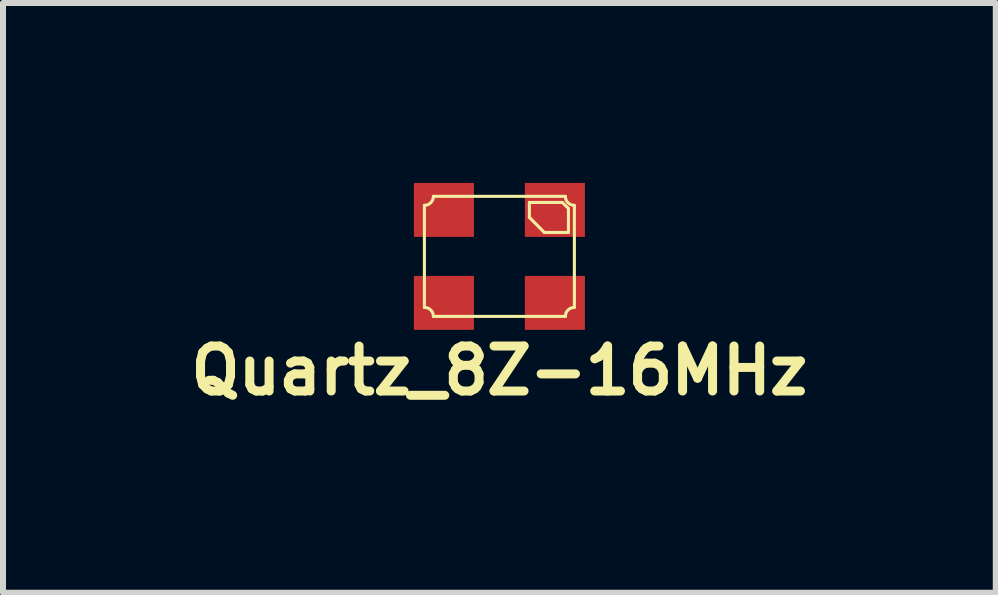
<source format=kicad_pcb>
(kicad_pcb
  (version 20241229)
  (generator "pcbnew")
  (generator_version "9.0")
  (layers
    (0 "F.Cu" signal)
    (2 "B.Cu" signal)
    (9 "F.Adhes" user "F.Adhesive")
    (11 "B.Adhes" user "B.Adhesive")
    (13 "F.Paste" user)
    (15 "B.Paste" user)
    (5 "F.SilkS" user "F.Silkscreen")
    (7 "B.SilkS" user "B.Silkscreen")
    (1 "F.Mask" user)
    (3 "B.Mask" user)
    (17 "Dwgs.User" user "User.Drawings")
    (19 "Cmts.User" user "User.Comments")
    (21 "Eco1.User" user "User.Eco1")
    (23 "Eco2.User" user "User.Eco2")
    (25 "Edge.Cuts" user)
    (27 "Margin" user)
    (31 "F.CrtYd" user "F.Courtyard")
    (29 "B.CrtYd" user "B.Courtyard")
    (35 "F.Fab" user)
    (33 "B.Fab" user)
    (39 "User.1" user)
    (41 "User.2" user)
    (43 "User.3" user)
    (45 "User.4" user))
  (footprint "Quartz_8Z-16MHz"
    (layer "F.Cu")
    (at 5.275 1.224)
    (property "Reference" "Quartz_8Z-16MHz" (at 0 1.905 0) (layer "F.SilkS") (effects (font (size 0.75 0.75) (thickness 0.15))))
    (attr through_hole)
    (fp_line (start -1.25 0.851) (end -1.25 -0.851) (stroke (width 0.051) (type solid)) (layer "F.SilkS"))
    (fp_line (start -1.1 -1.001) (end 1.1 -1.001) (stroke (width 0.051) (type solid)) (layer "F.SilkS"))
    (fp_line (start 0.5 -0.899) (end 0.5 -0.65) (stroke (width 0.051) (type solid)) (layer "F.SilkS"))
    (fp_line (start 0.5 -0.65) (end 0.749 -0.399) (stroke (width 0.051) (type solid)) (layer "F.SilkS"))
    (fp_line (start 0.749 -0.399) (end 1.151 -0.399) (stroke (width 0.051) (type solid)) (layer "F.SilkS"))
    (fp_line (start 1.049 -0.899) (end 0.5 -0.899) (stroke (width 0.051) (type solid)) (layer "F.SilkS"))
    (fp_line (start 1.1 1.001) (end -1.1 1.001) (stroke (width 0.051) (type solid)) (layer "F.SilkS"))
    (fp_line (start 1.151 -0.8) (end 1.049 -0.899) (stroke (width 0.051) (type solid)) (layer "F.SilkS"))
    (fp_line (start 1.151 -0.399) (end 1.151 -0.8) (stroke (width 0.051) (type solid)) (layer "F.SilkS"))
    (fp_line (start 1.25 -0.851) (end 1.25 0.851) (stroke (width 0.051) (type solid)) (layer "F.SilkS"))
    (fp_arc (start -1.24968 0.8509) (mid -1.143713 0.894793) (end -1.09982 1.00076) (stroke (width 0.0508) (type solid)) (layer "F.SilkS"))
    (fp_arc (start -1.09982 -1.00076) (mid -1.143713 -0.894793) (end -1.24968 -0.8509) (stroke (width 0.0508) (type solid)) (layer "F.SilkS"))
    (fp_arc (start 1.09982 1.00076) (mid 1.143713 0.894793) (end 1.24968 0.8509) (stroke (width 0.0508) (type solid)) (layer "F.SilkS"))
    (fp_arc (start 1.24968 -0.8509) (mid 1.143713 -0.894793) (end 1.09982 -1.00076) (stroke (width 0.0508) (type solid)) (layer "F.SilkS"))
    (pad "1" smd rect (at -0.925 0.775) (size 1.001 0.899) (layers "F.Cu" "F.Mask" "F.Paste"))
    (pad "2" smd rect (at 0.925 0.775) (size 1.001 0.899) (layers "F.Cu" "F.Mask" "F.Paste"))
    (pad "3" smd rect (at 0.925 -0.775) (size 1.001 0.899) (layers "F.Cu" "F.Mask" "F.Paste"))
    (pad "4" smd rect (at -0.925 -0.775) (size 1.001 0.899) (layers "F.Cu" "F.Mask" "F.Paste")))
  (gr_rect
    (start -3 -3)
    (end 13.55 6.831)
    (stroke (width 0.1) (type default))
    (fill no)
    (layer "Edge.Cuts")))
</source>
